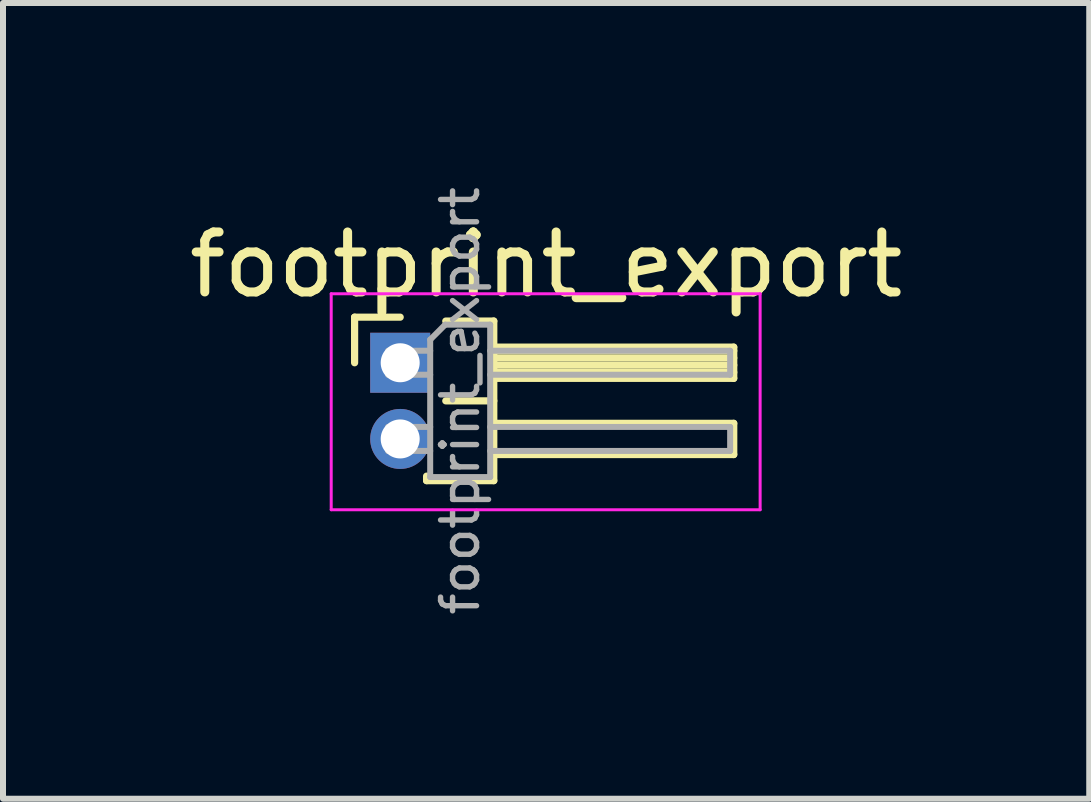
<source format=kicad_pcb>
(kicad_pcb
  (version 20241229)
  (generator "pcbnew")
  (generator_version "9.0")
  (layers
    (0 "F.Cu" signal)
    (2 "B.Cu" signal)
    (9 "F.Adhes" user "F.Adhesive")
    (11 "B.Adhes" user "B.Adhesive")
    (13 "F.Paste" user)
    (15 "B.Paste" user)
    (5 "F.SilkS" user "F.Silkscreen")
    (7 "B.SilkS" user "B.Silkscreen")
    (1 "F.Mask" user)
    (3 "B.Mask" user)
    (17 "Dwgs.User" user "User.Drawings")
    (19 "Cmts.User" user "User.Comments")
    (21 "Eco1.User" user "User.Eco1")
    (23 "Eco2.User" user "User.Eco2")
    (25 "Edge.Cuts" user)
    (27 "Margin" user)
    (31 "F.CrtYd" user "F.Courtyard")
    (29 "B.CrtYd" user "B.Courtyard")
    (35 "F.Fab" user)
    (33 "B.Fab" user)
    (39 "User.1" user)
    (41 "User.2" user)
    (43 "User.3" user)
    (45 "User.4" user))
  (footprint "footprint_export"
    (layer "F.Cu")
    (at 3.621 2.997)
    (property "Reference" "footprint_export" (at 2.433 -1.635 0) (layer "F.SilkS") (effects (font (size 1 1) (thickness 0.15))))
    (attr through_hole)
    (fp_line (start -0.76 -0.76) (end 0 -0.76) (stroke (width 0.12) (type solid)) (layer "F.SilkS"))
    (fp_line (start -0.76 0) (end -0.76 -0.76) (stroke (width 0.12) (type solid)) (layer "F.SilkS"))
    (fp_line (start 0.44 1.965) (end 0.44 1.89) (stroke (width 0.12) (type solid)) (layer "F.SilkS"))
    (fp_line (start 0.76 -0.695) (end 1.56 -0.695) (stroke (width 0.12) (type solid)) (layer "F.SilkS"))
    (fp_line (start 0.76 0.635) (end 1.56 0.635) (stroke (width 0.12) (type solid)) (layer "F.SilkS"))
    (fp_line (start 1.56 -0.695) (end 1.56 1.965) (stroke (width 0.12) (type solid)) (layer "F.SilkS"))
    (fp_line (start 1.56 -0.26) (end 5.56 -0.26) (stroke (width 0.12) (type solid)) (layer "F.SilkS"))
    (fp_line (start 1.56 -0.2) (end 5.56 -0.2) (stroke (width 0.12) (type solid)) (layer "F.SilkS"))
    (fp_line (start 1.56 -0.08) (end 5.56 -0.08) (stroke (width 0.12) (type solid)) (layer "F.SilkS"))
    (fp_line (start 1.56 0.04) (end 5.56 0.04) (stroke (width 0.12) (type solid)) (layer "F.SilkS"))
    (fp_line (start 1.56 0.16) (end 5.56 0.16) (stroke (width 0.12) (type solid)) (layer "F.SilkS"))
    (fp_line (start 1.56 1.01) (end 5.56 1.01) (stroke (width 0.12) (type solid)) (layer "F.SilkS"))
    (fp_line (start 1.56 1.965) (end 0.44 1.965) (stroke (width 0.12) (type solid)) (layer "F.SilkS"))
    (fp_line (start 5.56 -0.26) (end 5.56 0.26) (stroke (width 0.12) (type solid)) (layer "F.SilkS"))
    (fp_line (start 5.56 0.26) (end 1.56 0.26) (stroke (width 0.12) (type solid)) (layer "F.SilkS"))
    (fp_line (start 5.56 1.01) (end 5.56 1.53) (stroke (width 0.12) (type solid)) (layer "F.SilkS"))
    (fp_line (start 5.56 1.53) (end 1.56 1.53) (stroke (width 0.12) (type solid)) (layer "F.SilkS"))
    (fp_line (start -1.15 -1.15) (end -1.15 2.45) (stroke (width 0.05) (type solid)) (layer "F.CrtYd"))
    (fp_line (start -1.15 2.45) (end 6 2.45) (stroke (width 0.05) (type solid)) (layer "F.CrtYd"))
    (fp_line (start 6 -1.15) (end -1.15 -1.15) (stroke (width 0.05) (type solid)) (layer "F.CrtYd"))
    (fp_line (start 6 2.45) (end 6 -1.15) (stroke (width 0.05) (type solid)) (layer "F.CrtYd"))
    (fp_line (start -0.2 -0.2) (end -0.2 0.2) (stroke (width 0.1) (type solid)) (layer "F.Fab"))
    (fp_line (start -0.2 -0.2) (end 0.5 -0.2) (stroke (width 0.1) (type solid)) (layer "F.Fab"))
    (fp_line (start -0.2 0.2) (end 0.5 0.2) (stroke (width 0.1) (type solid)) (layer "F.Fab"))
    (fp_line (start -0.2 1.07) (end -0.2 1.47) (stroke (width 0.1) (type solid)) (layer "F.Fab"))
    (fp_line (start -0.2 1.07) (end 0.5 1.07) (stroke (width 0.1) (type solid)) (layer "F.Fab"))
    (fp_line (start -0.2 1.47) (end 0.5 1.47) (stroke (width 0.1) (type solid)) (layer "F.Fab"))
    (fp_line (start 0.5 -0.385) (end 0.75 -0.635) (stroke (width 0.1) (type solid)) (layer "F.Fab"))
    (fp_line (start 0.5 1.905) (end 0.5 -0.385) (stroke (width 0.1) (type solid)) (layer "F.Fab"))
    (fp_line (start 0.75 -0.635) (end 1.5 -0.635) (stroke (width 0.1) (type solid)) (layer "F.Fab"))
    (fp_line (start 1.5 -0.635) (end 1.5 1.905) (stroke (width 0.1) (type solid)) (layer "F.Fab"))
    (fp_line (start 1.5 -0.2) (end 5.5 -0.2) (stroke (width 0.1) (type solid)) (layer "F.Fab"))
    (fp_line (start 1.5 0.2) (end 5.5 0.2) (stroke (width 0.1) (type solid)) (layer "F.Fab"))
    (fp_line (start 1.5 1.07) (end 5.5 1.07) (stroke (width 0.1) (type solid)) (layer "F.Fab"))
    (fp_line (start 1.5 1.47) (end 5.5 1.47) (stroke (width 0.1) (type solid)) (layer "F.Fab"))
    (fp_line (start 1.5 1.905) (end 0.5 1.905) (stroke (width 0.1) (type solid)) (layer "F.Fab"))
    (fp_line (start 5.5 -0.2) (end 5.5 0.2) (stroke (width 0.1) (type solid)) (layer "F.Fab"))
    (fp_line (start 5.5 1.07) (end 5.5 1.47) (stroke (width 0.1) (type solid)) (layer "F.Fab"))
    (fp_text user "${REFERENCE}" (at 1 0.635 90) (layer "F.Fab") (effects (font (size 0.6 0.6) (thickness 0.09))))
    (pad "1" thru_hole rect (at 0 0) (size 1 1) (drill 0.65) (layers "*.Cu" "*.Mask"))
    (pad "2" thru_hole oval (at 0 1.27) (size 1 1) (drill 0.65) (layers "*.Cu" "*.Mask")))
  (gr_rect
    (start -3 -3)
    (end 15.107 10.264)
    (stroke (width 0.1) (type default))
    (fill no)
    (layer "Edge.Cuts")))
</source>
